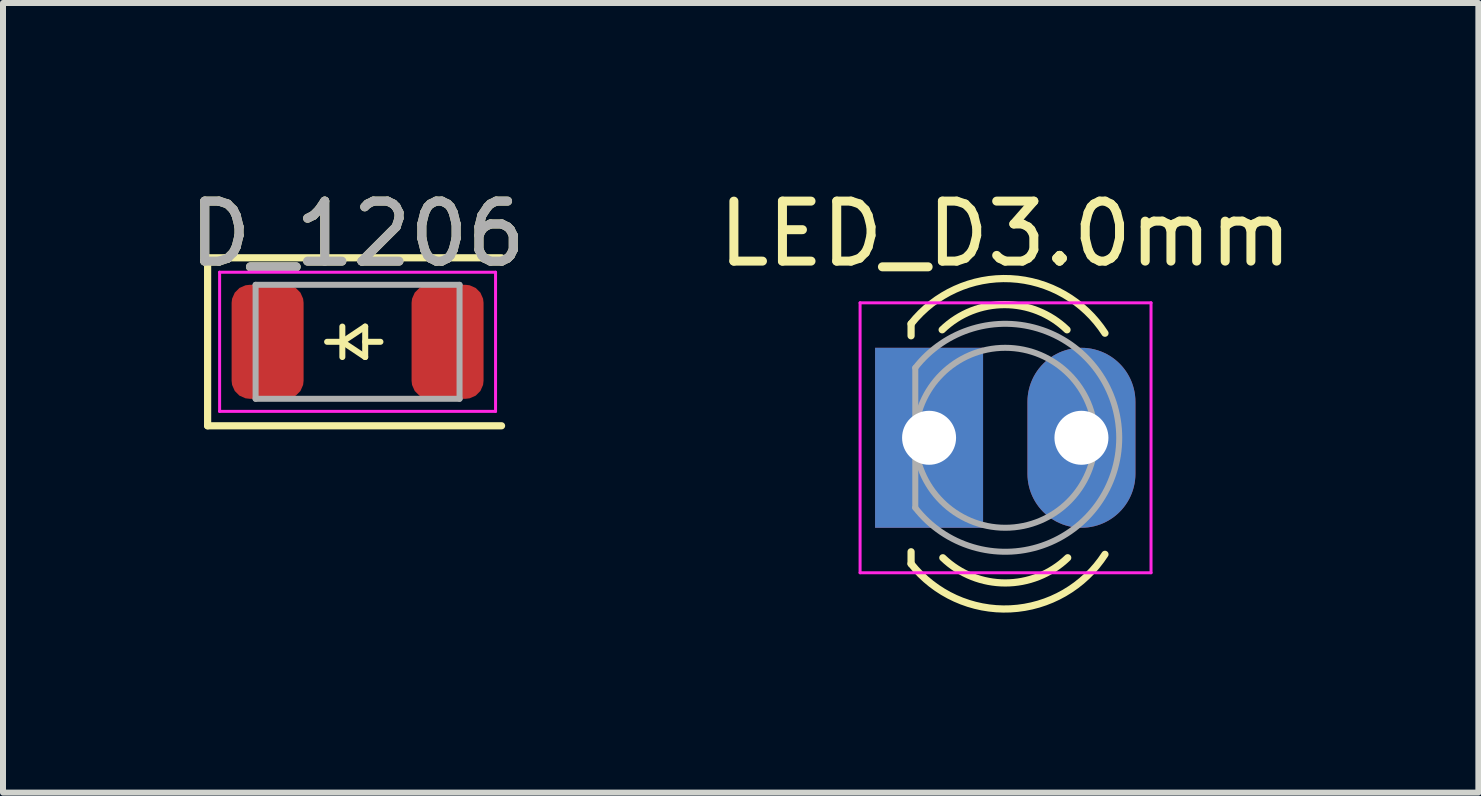
<source format=kicad_pcb>
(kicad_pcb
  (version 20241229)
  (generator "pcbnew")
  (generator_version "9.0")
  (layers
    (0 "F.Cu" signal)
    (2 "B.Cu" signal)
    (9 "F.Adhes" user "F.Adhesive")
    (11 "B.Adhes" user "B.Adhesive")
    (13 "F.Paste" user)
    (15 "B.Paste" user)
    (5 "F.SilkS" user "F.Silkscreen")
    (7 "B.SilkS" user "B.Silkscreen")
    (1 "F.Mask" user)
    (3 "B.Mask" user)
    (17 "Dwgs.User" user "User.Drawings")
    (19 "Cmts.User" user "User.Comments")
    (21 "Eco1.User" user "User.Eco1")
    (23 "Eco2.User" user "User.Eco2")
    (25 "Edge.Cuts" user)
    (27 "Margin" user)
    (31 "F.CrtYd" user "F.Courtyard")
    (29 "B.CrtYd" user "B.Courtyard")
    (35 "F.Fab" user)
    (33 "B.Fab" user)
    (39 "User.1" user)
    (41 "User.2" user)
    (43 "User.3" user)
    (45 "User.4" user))
  (footprint "D_1206"
    (layer "F.Cu")
    (at 2.911 2.648)
    (property "Reference" "D_1206" (at 0 -1.8 0) (layer "F.SilkS") (effects (font (size 1 1) (thickness 0.15))))
    (attr smd)
    (fp_line (start -2.5 -1.4) (end -2.5 1.4) (stroke (width 0.12) (type solid)) (layer "F.SilkS"))
    (fp_line (start -2.5 -1.4) (end 2.4 -1.4) (stroke (width 0.12) (type solid)) (layer "F.SilkS"))
    (fp_line (start -2.5 1.4) (end 2.4 1.4) (stroke (width 0.12) (type solid)) (layer "F.SilkS"))
    (fp_line (start -0.254 -0.254) (end -0.254 0.254) (stroke (width 0.1) (type solid)) (layer "F.SilkS"))
    (fp_line (start -0.254 0) (end -0.508 0) (stroke (width 0.1) (type solid)) (layer "F.SilkS"))
    (fp_line (start -0.254 0) (end 0.127 -0.254) (stroke (width 0.1) (type solid)) (layer "F.SilkS"))
    (fp_line (start 0.127 -0.254) (end 0.127 0.254) (stroke (width 0.1) (type solid)) (layer "F.SilkS"))
    (fp_line (start 0.127 0) (end 0.381 0) (stroke (width 0.1) (type solid)) (layer "F.SilkS"))
    (fp_line (start 0.127 0.254) (end -0.254 0) (stroke (width 0.1) (type solid)) (layer "F.SilkS"))
    (fp_line (start -2.3 -1.16) (end -2.3 1.16) (stroke (width 0.05) (type solid)) (layer "F.CrtYd"))
    (fp_line (start -2.3 -1.16) (end 2.3 -1.16) (stroke (width 0.05) (type solid)) (layer "F.CrtYd"))
    (fp_line (start -2.3 1.16) (end 2.3 1.16) (stroke (width 0.05) (type solid)) (layer "F.CrtYd"))
    (fp_line (start 2.3 -1.16) (end 2.3 1.16) (stroke (width 0.05) (type solid)) (layer "F.CrtYd"))
    (fp_line (start -1.7 -0.95) (end 1.7 -0.95) (stroke (width 0.1) (type solid)) (layer "F.Fab"))
    (fp_line (start -1.7 0.95) (end -1.7 -0.95) (stroke (width 0.1) (type solid)) (layer "F.Fab"))
    (fp_line (start 1.7 -0.95) (end 1.7 0.95) (stroke (width 0.1) (type solid)) (layer "F.Fab"))
    (fp_line (start 1.7 0.95) (end -1.7 0.95) (stroke (width 0.1) (type solid)) (layer "F.Fab"))
    (fp_text user "${REFERENCE}" (at 0 -1.8 0) (layer "F.Fab") (effects (font (size 1 1) (thickness 0.15))))
    (pad "1" smd roundrect (at -1.5 0) (size 1.2 1.9) (layers "F.Cu" "F.Mask" "F.Paste") (roundrect_rratio 0.25))
    (pad "2" smd roundrect (at 1.5 0) (size 1.2 1.9) (layers "F.Cu" "F.Mask" "F.Paste") (roundrect_rratio 0.25)))
  (footprint "LED_D3.0mm"
    (layer "F.Cu")
    (at 12.438 4.248)
    (property "Reference" "LED_D3.0mm" (at 1.27 -3.4 0) (layer "F.SilkS") (effects (font (size 1 1) (thickness 0.15))))
    (attr through_hole)
    (fp_line (start -0.3 -1.9) (end -0.3 -1.7) (stroke (width 0.12) (type solid)) (layer "F.SilkS"))
    (fp_line (start -0.3 2.1) (end -0.3 1.9) (stroke (width 0.12) (type solid)) (layer "F.SilkS"))
    (fp_arc (start -0.3 -1.9) (mid 1.356487 -2.652143) (end 2.932335 -1.743092) (stroke (width 0.12) (type solid)) (layer "F.SilkS"))
    (fp_arc (start 0.217909 -1.800163) (mid 1.258987 -2.220163) (end 2.3 -1.8) (stroke (width 0.12) (type solid)) (layer "F.SilkS"))
    (fp_arc (start 2.31113 1.999837) (mid 1.270117 2.42) (end 0.229039 2) (stroke (width 0.12) (type solid)) (layer "F.SilkS"))
    (fp_arc (start 2.932335 1.943092) (mid 1.356487 2.852143) (end -0.3 2.1) (stroke (width 0.12) (type solid)) (layer "F.SilkS"))
    (fp_line (start -1.15 -2.25) (end -1.15 2.25) (stroke (width 0.05) (type solid)) (layer "F.CrtYd"))
    (fp_line (start -1.15 2.25) (end 3.7 2.25) (stroke (width 0.05) (type solid)) (layer "F.CrtYd"))
    (fp_line (start 3.7 -2.25) (end -1.15 -2.25) (stroke (width 0.05) (type solid)) (layer "F.CrtYd"))
    (fp_line (start 3.7 2.25) (end 3.7 -2.25) (stroke (width 0.05) (type solid)) (layer "F.CrtYd"))
    (fp_line (start -0.23 -1.166) (end -0.23 1.166) (stroke (width 0.1) (type solid)) (layer "F.Fab"))
    (fp_arc (start -0.23 -1.16619) (mid 3.17 0.000452) (end -0.230555 1.165476) (stroke (width 0.1) (type solid)) (layer "F.Fab"))
    (fp_circle (center 1.27 0) (end 2.77 0) (stroke (width 0.1) (type solid)) (fill no) (layer "F.Fab"))
    (pad "1" thru_hole rect (at 0 0) (size 1.8 3) (drill 0.9) (layers "*.Cu" "*.Mask"))
    (pad "2" thru_hole oval (at 2.54 0) (size 1.8 3) (drill 0.9) (layers "*.Cu" "*.Mask")))
  (gr_rect
    (start -3 -3)
    (end 21.595 10.163)
    (stroke (width 0.1) (type default))
    (fill no)
    (layer "Edge.Cuts")))
</source>
